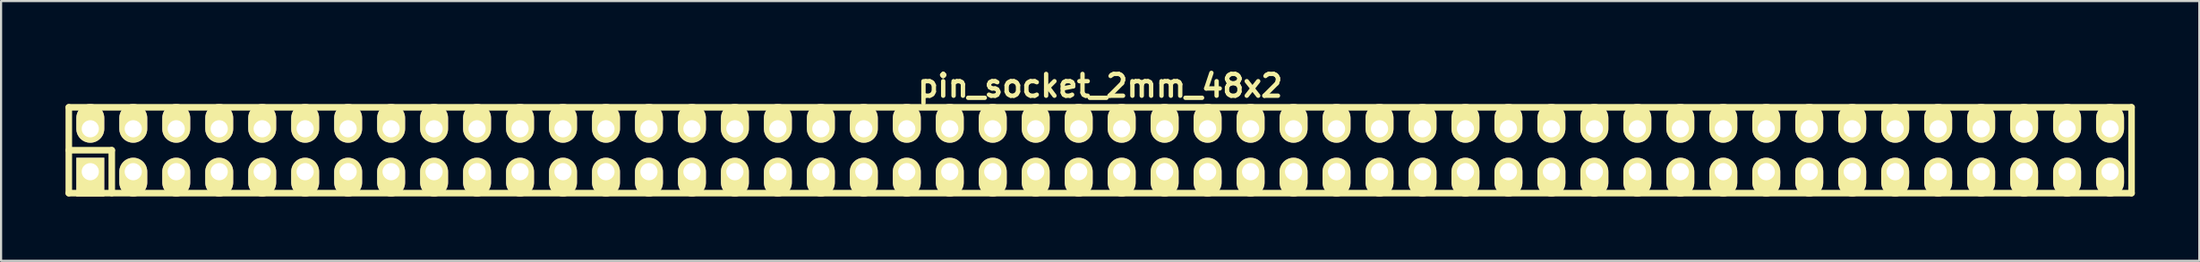
<source format=kicad_pcb>
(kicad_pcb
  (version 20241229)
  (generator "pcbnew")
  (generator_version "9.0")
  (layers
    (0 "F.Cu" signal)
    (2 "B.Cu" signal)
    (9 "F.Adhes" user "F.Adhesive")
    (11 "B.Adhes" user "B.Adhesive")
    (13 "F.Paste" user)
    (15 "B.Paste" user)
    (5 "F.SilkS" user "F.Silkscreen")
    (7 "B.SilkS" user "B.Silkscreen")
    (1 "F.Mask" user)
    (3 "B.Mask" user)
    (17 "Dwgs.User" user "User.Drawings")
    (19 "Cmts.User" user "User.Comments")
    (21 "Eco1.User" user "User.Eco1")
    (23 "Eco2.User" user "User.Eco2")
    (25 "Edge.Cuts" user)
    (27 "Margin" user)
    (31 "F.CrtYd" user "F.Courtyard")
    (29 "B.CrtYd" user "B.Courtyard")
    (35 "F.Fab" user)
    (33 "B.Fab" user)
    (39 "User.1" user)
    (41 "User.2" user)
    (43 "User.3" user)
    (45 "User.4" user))
  (footprint "pin_socket_2mm_48x2"
    (layer "F.Cu")
    (at 48.152 3.951)
    (property "Reference" "pin_socket_2mm_48x2" (at 0 -3 0) (layer "F.SilkS") (effects (font (size 1.016 1.016) (thickness 0.203))))
    (attr through_hole)
    (fp_line (start -48 -2) (end 48 -2) (stroke (width 0.305) (type solid)) (layer "F.SilkS"))
    (fp_line (start -48 0) (end -46 0) (stroke (width 0.305) (type solid)) (layer "F.SilkS"))
    (fp_line (start -48 2) (end -48 -2) (stroke (width 0.305) (type solid)) (layer "F.SilkS"))
    (fp_line (start -46 0) (end -46 2) (stroke (width 0.305) (type solid)) (layer "F.SilkS"))
    (fp_line (start 48 -2) (end 48 2) (stroke (width 0.305) (type solid)) (layer "F.SilkS"))
    (fp_line (start 48 2) (end -48 2) (stroke (width 0.305) (type solid)) (layer "F.SilkS"))
    (pad "1" thru_hole rect (at -47 1) (size 1.3 1.8) (drill 0.8 (offset 0 0.25)) (layers "*.Cu" "*.Mask" "F.SilkS"))
    (pad "2" thru_hole oval (at -47 -1) (size 1.3 1.8) (drill 0.8 (offset 0 -0.25)) (layers "*.Cu" "*.Mask" "F.SilkS"))
    (pad "3" thru_hole oval (at -45 1) (size 1.3 1.8) (drill 0.8 (offset 0 0.25)) (layers "*.Cu" "*.Mask" "F.SilkS"))
    (pad "4" thru_hole oval (at -45 -1) (size 1.3 1.8) (drill 0.8 (offset 0 -0.25)) (layers "*.Cu" "*.Mask" "F.SilkS"))
    (pad "5" thru_hole oval (at -43 1) (size 1.3 1.8) (drill 0.8 (offset 0 0.25)) (layers "*.Cu" "*.Mask" "F.SilkS"))
    (pad "6" thru_hole oval (at -43 -1) (size 1.3 1.8) (drill 0.8 (offset 0 -0.25)) (layers "*.Cu" "*.Mask" "F.SilkS"))
    (pad "7" thru_hole oval (at -41 1) (size 1.3 1.8) (drill 0.8 (offset 0 0.25)) (layers "*.Cu" "*.Mask" "F.SilkS"))
    (pad "8" thru_hole oval (at -41 -1) (size 1.3 1.8) (drill 0.8 (offset 0 -0.25)) (layers "*.Cu" "*.Mask" "F.SilkS"))
    (pad "9" thru_hole oval (at -39 1) (size 1.3 1.8) (drill 0.8 (offset 0 0.25)) (layers "*.Cu" "*.Mask" "F.SilkS"))
    (pad "10" thru_hole oval (at -39 -1) (size 1.3 1.8) (drill 0.8 (offset 0 -0.25)) (layers "*.Cu" "*.Mask" "F.SilkS"))
    (pad "11" thru_hole oval (at -37 1) (size 1.3 1.8) (drill 0.8 (offset 0 0.25)) (layers "*.Cu" "*.Mask" "F.SilkS"))
    (pad "12" thru_hole oval (at -37 -1) (size 1.3 1.8) (drill 0.8 (offset 0 -0.25)) (layers "*.Cu" "*.Mask" "F.SilkS"))
    (pad "13" thru_hole oval (at -35 1) (size 1.3 1.8) (drill 0.8 (offset 0 0.25)) (layers "*.Cu" "*.Mask" "F.SilkS"))
    (pad "14" thru_hole oval (at -35 -1) (size 1.3 1.8) (drill 0.8 (offset 0 -0.25)) (layers "*.Cu" "*.Mask" "F.SilkS"))
    (pad "15" thru_hole oval (at -33 1) (size 1.3 1.8) (drill 0.8 (offset 0 0.25)) (layers "*.Cu" "*.Mask" "F.SilkS"))
    (pad "16" thru_hole oval (at -33 -1) (size 1.3 1.8) (drill 0.8 (offset 0 -0.25)) (layers "*.Cu" "*.Mask" "F.SilkS"))
    (pad "17" thru_hole oval (at -31 1) (size 1.3 1.8) (drill 0.8 (offset 0 0.25)) (layers "*.Cu" "*.Mask" "F.SilkS"))
    (pad "18" thru_hole oval (at -31 -1) (size 1.3 1.8) (drill 0.8 (offset 0 -0.25)) (layers "*.Cu" "*.Mask" "F.SilkS"))
    (pad "19" thru_hole oval (at -29 1) (size 1.3 1.8) (drill 0.8 (offset 0 0.25)) (layers "*.Cu" "*.Mask" "F.SilkS"))
    (pad "20" thru_hole oval (at -29 -1) (size 1.3 1.8) (drill 0.8 (offset 0 -0.25)) (layers "*.Cu" "*.Mask" "F.SilkS"))
    (pad "21" thru_hole oval (at -27 1) (size 1.3 1.8) (drill 0.8 (offset 0 0.25)) (layers "*.Cu" "*.Mask" "F.SilkS"))
    (pad "22" thru_hole oval (at -27 -1) (size 1.3 1.8) (drill 0.8 (offset 0 -0.25)) (layers "*.Cu" "*.Mask" "F.SilkS"))
    (pad "23" thru_hole oval (at -25 1) (size 1.3 1.8) (drill 0.8 (offset 0 0.25)) (layers "*.Cu" "*.Mask" "F.SilkS"))
    (pad "24" thru_hole oval (at -25 -1) (size 1.3 1.8) (drill 0.8 (offset 0 -0.25)) (layers "*.Cu" "*.Mask" "F.SilkS"))
    (pad "25" thru_hole oval (at -23 1) (size 1.3 1.8) (drill 0.8 (offset 0 0.25)) (layers "*.Cu" "*.Mask" "F.SilkS"))
    (pad "26" thru_hole oval (at -23 -1) (size 1.3 1.8) (drill 0.8 (offset 0 -0.25)) (layers "*.Cu" "*.Mask" "F.SilkS"))
    (pad "27" thru_hole oval (at -21 1) (size 1.3 1.8) (drill 0.8 (offset 0 0.25)) (layers "*.Cu" "*.Mask" "F.SilkS"))
    (pad "28" thru_hole oval (at -21 -1) (size 1.3 1.8) (drill 0.8 (offset 0 -0.25)) (layers "*.Cu" "*.Mask" "F.SilkS"))
    (pad "29" thru_hole oval (at -19 1) (size 1.3 1.8) (drill 0.8 (offset 0 0.25)) (layers "*.Cu" "*.Mask" "F.SilkS"))
    (pad "30" thru_hole oval (at -19 -1) (size 1.3 1.8) (drill 0.8 (offset 0 -0.25)) (layers "*.Cu" "*.Mask" "F.SilkS"))
    (pad "31" thru_hole oval (at -17 1) (size 1.3 1.8) (drill 0.8 (offset 0 0.25)) (layers "*.Cu" "*.Mask" "F.SilkS"))
    (pad "32" thru_hole oval (at -17 -1) (size 1.3 1.8) (drill 0.8 (offset 0 -0.25)) (layers "*.Cu" "*.Mask" "F.SilkS"))
    (pad "33" thru_hole oval (at -15 1) (size 1.3 1.8) (drill 0.8 (offset 0 0.25)) (layers "*.Cu" "*.Mask" "F.SilkS"))
    (pad "34" thru_hole oval (at -15 -1) (size 1.3 1.8) (drill 0.8 (offset 0 -0.25)) (layers "*.Cu" "*.Mask" "F.SilkS"))
    (pad "35" thru_hole oval (at -13 1) (size 1.3 1.8) (drill 0.8 (offset 0 0.25)) (layers "*.Cu" "*.Mask" "F.SilkS"))
    (pad "36" thru_hole oval (at -13 -1) (size 1.3 1.8) (drill 0.8 (offset 0 -0.25)) (layers "*.Cu" "*.Mask" "F.SilkS"))
    (pad "37" thru_hole oval (at -11 1) (size 1.3 1.8) (drill 0.8 (offset 0 0.25)) (layers "*.Cu" "*.Mask" "F.SilkS"))
    (pad "38" thru_hole oval (at -11 -1) (size 1.3 1.8) (drill 0.8 (offset 0 -0.25)) (layers "*.Cu" "*.Mask" "F.SilkS"))
    (pad "39" thru_hole oval (at -9 1) (size 1.3 1.8) (drill 0.8 (offset 0 0.25)) (layers "*.Cu" "*.Mask" "F.SilkS"))
    (pad "40" thru_hole oval (at -9 -1) (size 1.3 1.8) (drill 0.8 (offset 0 -0.25)) (layers "*.Cu" "*.Mask" "F.SilkS"))
    (pad "41" thru_hole oval (at -7 1) (size 1.3 1.8) (drill 0.8 (offset 0 0.25)) (layers "*.Cu" "*.Mask" "F.SilkS"))
    (pad "42" thru_hole oval (at -7 -1) (size 1.3 1.8) (drill 0.8 (offset 0 -0.25)) (layers "*.Cu" "*.Mask" "F.SilkS"))
    (pad "43" thru_hole oval (at -5 1) (size 1.3 1.8) (drill 0.8 (offset 0 0.25)) (layers "*.Cu" "*.Mask" "F.SilkS"))
    (pad "44" thru_hole oval (at -5 -1) (size 1.3 1.8) (drill 0.8 (offset 0 -0.25)) (layers "*.Cu" "*.Mask" "F.SilkS"))
    (pad "45" thru_hole oval (at -3 1) (size 1.3 1.8) (drill 0.8 (offset 0 0.25)) (layers "*.Cu" "*.Mask" "F.SilkS"))
    (pad "46" thru_hole oval (at -3 -1) (size 1.3 1.8) (drill 0.8 (offset 0 -0.25)) (layers "*.Cu" "*.Mask" "F.SilkS"))
    (pad "47" thru_hole oval (at -1 1) (size 1.3 1.8) (drill 0.8 (offset 0 0.25)) (layers "*.Cu" "*.Mask" "F.SilkS"))
    (pad "48" thru_hole oval (at -1 -1) (size 1.3 1.8) (drill 0.8 (offset 0 -0.25)) (layers "*.Cu" "*.Mask" "F.SilkS"))
    (pad "49" thru_hole oval (at 1 1) (size 1.3 1.8) (drill 0.8 (offset 0 0.25)) (layers "*.Cu" "*.Mask" "F.SilkS"))
    (pad "50" thru_hole oval (at 1 -1) (size 1.3 1.8) (drill 0.8 (offset 0 -0.25)) (layers "*.Cu" "*.Mask" "F.SilkS"))
    (pad "51" thru_hole oval (at 3 1) (size 1.3 1.8) (drill 0.8 (offset 0 0.25)) (layers "*.Cu" "*.Mask" "F.SilkS"))
    (pad "52" thru_hole oval (at 3 -1) (size 1.3 1.8) (drill 0.8 (offset 0 -0.25)) (layers "*.Cu" "*.Mask" "F.SilkS"))
    (pad "53" thru_hole oval (at 5 1) (size 1.3 1.8) (drill 0.8 (offset 0 0.25)) (layers "*.Cu" "*.Mask" "F.SilkS"))
    (pad "54" thru_hole oval (at 5 -1) (size 1.3 1.8) (drill 0.8 (offset 0 -0.25)) (layers "*.Cu" "*.Mask" "F.SilkS"))
    (pad "55" thru_hole oval (at 7 1) (size 1.3 1.8) (drill 0.8 (offset 0 0.25)) (layers "*.Cu" "*.Mask" "F.SilkS"))
    (pad "56" thru_hole oval (at 7 -1) (size 1.3 1.8) (drill 0.8 (offset 0 -0.25)) (layers "*.Cu" "*.Mask" "F.SilkS"))
    (pad "57" thru_hole oval (at 9 1) (size 1.3 1.8) (drill 0.8 (offset 0 0.25)) (layers "*.Cu" "*.Mask" "F.SilkS"))
    (pad "58" thru_hole oval (at 9 -1) (size 1.3 1.8) (drill 0.8 (offset 0 -0.25)) (layers "*.Cu" "*.Mask" "F.SilkS"))
    (pad "59" thru_hole oval (at 11 1) (size 1.3 1.8) (drill 0.8 (offset 0 0.25)) (layers "*.Cu" "*.Mask" "F.SilkS"))
    (pad "60" thru_hole oval (at 11 -1) (size 1.3 1.8) (drill 0.8 (offset 0 -0.25)) (layers "*.Cu" "*.Mask" "F.SilkS"))
    (pad "61" thru_hole oval (at 13 1) (size 1.3 1.8) (drill 0.8 (offset 0 0.25)) (layers "*.Cu" "*.Mask" "F.SilkS"))
    (pad "62" thru_hole oval (at 13 -1) (size 1.3 1.8) (drill 0.8 (offset 0 -0.25)) (layers "*.Cu" "*.Mask" "F.SilkS"))
    (pad "63" thru_hole oval (at 15 1) (size 1.3 1.8) (drill 0.8 (offset 0 0.25)) (layers "*.Cu" "*.Mask" "F.SilkS"))
    (pad "64" thru_hole oval (at 15 -1) (size 1.3 1.8) (drill 0.8 (offset 0 -0.25)) (layers "*.Cu" "*.Mask" "F.SilkS"))
    (pad "65" thru_hole oval (at 17 1) (size 1.3 1.8) (drill 0.8 (offset 0 0.25)) (layers "*.Cu" "*.Mask" "F.SilkS"))
    (pad "66" thru_hole oval (at 17 -1) (size 1.3 1.8) (drill 0.8 (offset 0 -0.25)) (layers "*.Cu" "*.Mask" "F.SilkS"))
    (pad "67" thru_hole oval (at 19 1) (size 1.3 1.8) (drill 0.8 (offset 0 0.25)) (layers "*.Cu" "*.Mask" "F.SilkS"))
    (pad "68" thru_hole oval (at 19 -1) (size 1.3 1.8) (drill 0.8 (offset 0 -0.25)) (layers "*.Cu" "*.Mask" "F.SilkS"))
    (pad "69" thru_hole oval (at 21 1) (size 1.3 1.8) (drill 0.8 (offset 0 0.25)) (layers "*.Cu" "*.Mask" "F.SilkS"))
    (pad "70" thru_hole oval (at 21 -1) (size 1.3 1.8) (drill 0.8 (offset 0 -0.25)) (layers "*.Cu" "*.Mask" "F.SilkS"))
    (pad "71" thru_hole oval (at 23 1) (size 1.3 1.8) (drill 0.8 (offset 0 0.25)) (layers "*.Cu" "*.Mask" "F.SilkS"))
    (pad "72" thru_hole oval (at 23 -1) (size 1.3 1.8) (drill 0.8 (offset 0 -0.25)) (layers "*.Cu" "*.Mask" "F.SilkS"))
    (pad "73" thru_hole oval (at 25 1) (size 1.3 1.8) (drill 0.8 (offset 0 0.25)) (layers "*.Cu" "*.Mask" "F.SilkS"))
    (pad "74" thru_hole oval (at 25 -1) (size 1.3 1.8) (drill 0.8 (offset 0 -0.25)) (layers "*.Cu" "*.Mask" "F.SilkS"))
    (pad "75" thru_hole oval (at 27 1) (size 1.3 1.8) (drill 0.8 (offset 0 0.25)) (layers "*.Cu" "*.Mask" "F.SilkS"))
    (pad "76" thru_hole oval (at 27 -1) (size 1.3 1.8) (drill 0.8 (offset 0 -0.25)) (layers "*.Cu" "*.Mask" "F.SilkS"))
    (pad "77" thru_hole oval (at 29 1) (size 1.3 1.8) (drill 0.8 (offset 0 0.25)) (layers "*.Cu" "*.Mask" "F.SilkS"))
    (pad "78" thru_hole oval (at 29 -1) (size 1.3 1.8) (drill 0.8 (offset 0 -0.25)) (layers "*.Cu" "*.Mask" "F.SilkS"))
    (pad "79" thru_hole oval (at 31 1) (size 1.3 1.8) (drill 0.8 (offset 0 0.25)) (layers "*.Cu" "*.Mask" "F.SilkS"))
    (pad "80" thru_hole oval (at 31 -1) (size 1.3 1.8) (drill 0.8 (offset 0 -0.25)) (layers "*.Cu" "*.Mask" "F.SilkS"))
    (pad "81" thru_hole oval (at 33 1) (size 1.3 1.8) (drill 0.8 (offset 0 0.25)) (layers "*.Cu" "*.Mask" "F.SilkS"))
    (pad "82" thru_hole oval (at 33 -1) (size 1.3 1.8) (drill 0.8 (offset 0 -0.25)) (layers "*.Cu" "*.Mask" "F.SilkS"))
    (pad "83" thru_hole oval (at 35 1) (size 1.3 1.8) (drill 0.8 (offset 0 0.25)) (layers "*.Cu" "*.Mask" "F.SilkS"))
    (pad "84" thru_hole oval (at 35 -1) (size 1.3 1.8) (drill 0.8 (offset 0 -0.25)) (layers "*.Cu" "*.Mask" "F.SilkS"))
    (pad "85" thru_hole oval (at 37 1) (size 1.3 1.8) (drill 0.8 (offset 0 0.25)) (layers "*.Cu" "*.Mask" "F.SilkS"))
    (pad "86" thru_hole oval (at 37 -1) (size 1.3 1.8) (drill 0.8 (offset 0 -0.25)) (layers "*.Cu" "*.Mask" "F.SilkS"))
    (pad "87" thru_hole oval (at 39 1) (size 1.3 1.8) (drill 0.8 (offset 0 0.25)) (layers "*.Cu" "*.Mask" "F.SilkS"))
    (pad "88" thru_hole oval (at 39 -1) (size 1.3 1.8) (drill 0.8 (offset 0 -0.25)) (layers "*.Cu" "*.Mask" "F.SilkS"))
    (pad "89" thru_hole oval (at 41 1) (size 1.3 1.8) (drill 0.8 (offset 0 0.25)) (layers "*.Cu" "*.Mask" "F.SilkS"))
    (pad "90" thru_hole oval (at 41 -1) (size 1.3 1.8) (drill 0.8 (offset 0 -0.25)) (layers "*.Cu" "*.Mask" "F.SilkS"))
    (pad "91" thru_hole oval (at 43 1) (size 1.3 1.8) (drill 0.8 (offset 0 0.25)) (layers "*.Cu" "*.Mask" "F.SilkS"))
    (pad "92" thru_hole oval (at 43 -1) (size 1.3 1.8) (drill 0.8 (offset 0 -0.25)) (layers "*.Cu" "*.Mask" "F.SilkS"))
    (pad "93" thru_hole oval (at 45 1) (size 1.3 1.8) (drill 0.8 (offset 0 0.25)) (layers "*.Cu" "*.Mask" "F.SilkS"))
    (pad "94" thru_hole oval (at 45 -1) (size 1.3 1.8) (drill 0.8 (offset 0 -0.25)) (layers "*.Cu" "*.Mask" "F.SilkS"))
    (pad "95" thru_hole oval (at 47 1) (size 1.3 1.8) (drill 0.8 (offset 0 0.25)) (layers "*.Cu" "*.Mask" "F.SilkS"))
    (pad "96" thru_hole oval (at 47 -1) (size 1.3 1.8) (drill 0.8 (offset 0 -0.25)) (layers "*.Cu" "*.Mask" "F.SilkS")))
  (gr_rect
    (start -3 -3)
    (end 99.305 9.103)
    (stroke (width 0.1) (type default))
    (fill no)
    (layer "Edge.Cuts")))
</source>
